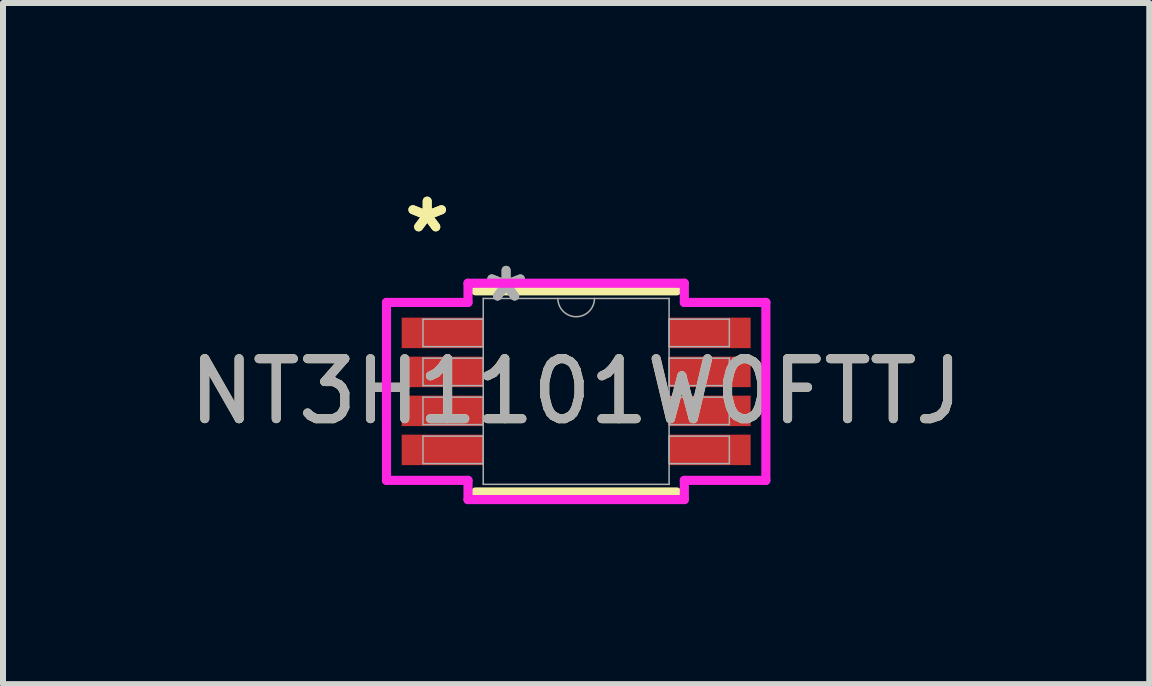
<source format=kicad_pcb>
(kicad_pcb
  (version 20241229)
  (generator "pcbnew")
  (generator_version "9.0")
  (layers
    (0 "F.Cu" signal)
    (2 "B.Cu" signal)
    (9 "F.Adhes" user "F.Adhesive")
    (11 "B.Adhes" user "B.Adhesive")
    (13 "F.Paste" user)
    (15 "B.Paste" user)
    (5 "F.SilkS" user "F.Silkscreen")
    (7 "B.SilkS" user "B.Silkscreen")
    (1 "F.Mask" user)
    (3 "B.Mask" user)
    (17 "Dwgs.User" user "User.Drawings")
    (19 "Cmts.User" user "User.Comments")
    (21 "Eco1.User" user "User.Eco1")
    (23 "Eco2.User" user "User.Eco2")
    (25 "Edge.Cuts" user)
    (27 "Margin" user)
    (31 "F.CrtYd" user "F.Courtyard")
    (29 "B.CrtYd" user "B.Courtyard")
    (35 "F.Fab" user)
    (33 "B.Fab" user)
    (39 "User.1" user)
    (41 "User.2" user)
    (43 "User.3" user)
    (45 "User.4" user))
  (footprint "NT3H1101W0FTTJ"
    (layer "F.Cu")
    (at 6.554 3.474)
    (property "Reference" "NT3H1101W0FTTJ" (at 0 0 0) (unlocked yes) (layer "F.SilkS") (effects (font (size 1 1) (thickness 0.15))))
    (attr smd)
    (fp_line (start -1.676 1.676) (end 1.676 1.676) (stroke (width 0.152) (type solid)) (layer "F.SilkS"))
    (fp_line (start 1.676 -1.676) (end -1.676 -1.676) (stroke (width 0.152) (type solid)) (layer "F.SilkS"))
    (fp_line (start -3.162 -1.483) (end -1.803 -1.483) (stroke (width 0.152) (type solid)) (layer "F.CrtYd"))
    (fp_line (start -3.162 1.483) (end -3.162 -1.483) (stroke (width 0.152) (type solid)) (layer "F.CrtYd"))
    (fp_line (start -3.162 1.483) (end -1.803 1.483) (stroke (width 0.152) (type solid)) (layer "F.CrtYd"))
    (fp_line (start -1.803 -1.803) (end 1.803 -1.803) (stroke (width 0.152) (type solid)) (layer "F.CrtYd"))
    (fp_line (start -1.803 -1.483) (end -1.803 -1.803) (stroke (width 0.152) (type solid)) (layer "F.CrtYd"))
    (fp_line (start -1.803 1.803) (end -1.803 1.483) (stroke (width 0.152) (type solid)) (layer "F.CrtYd"))
    (fp_line (start 1.803 -1.803) (end 1.803 -1.483) (stroke (width 0.152) (type solid)) (layer "F.CrtYd"))
    (fp_line (start 1.803 1.483) (end 1.803 1.803) (stroke (width 0.152) (type solid)) (layer "F.CrtYd"))
    (fp_line (start 1.803 1.803) (end -1.803 1.803) (stroke (width 0.152) (type solid)) (layer "F.CrtYd"))
    (fp_line (start 3.162 -1.483) (end 1.803 -1.483) (stroke (width 0.152) (type solid)) (layer "F.CrtYd"))
    (fp_line (start 3.162 -1.483) (end 3.162 1.483) (stroke (width 0.152) (type solid)) (layer "F.CrtYd"))
    (fp_line (start 3.162 1.483) (end 1.803 1.483) (stroke (width 0.152) (type solid)) (layer "F.CrtYd"))
    (fp_line (start -2.553 -1.204) (end -2.553 -0.746) (stroke (width 0.025) (type solid)) (layer "F.Fab"))
    (fp_line (start -2.553 -0.746) (end -1.549 -0.746) (stroke (width 0.025) (type solid)) (layer "F.Fab"))
    (fp_line (start -2.553 -0.554) (end -2.553 -0.096) (stroke (width 0.025) (type solid)) (layer "F.Fab"))
    (fp_line (start -2.553 -0.096) (end -1.549 -0.096) (stroke (width 0.025) (type solid)) (layer "F.Fab"))
    (fp_line (start -2.553 0.096) (end -2.553 0.554) (stroke (width 0.025) (type solid)) (layer "F.Fab"))
    (fp_line (start -2.553 0.554) (end -1.549 0.554) (stroke (width 0.025) (type solid)) (layer "F.Fab"))
    (fp_line (start -2.553 0.746) (end -2.553 1.204) (stroke (width 0.025) (type solid)) (layer "F.Fab"))
    (fp_line (start -2.553 1.204) (end -1.549 1.204) (stroke (width 0.025) (type solid)) (layer "F.Fab"))
    (fp_line (start -1.549 -1.549) (end -1.549 1.549) (stroke (width 0.025) (type solid)) (layer "F.Fab"))
    (fp_line (start -1.549 -1.204) (end -2.553 -1.204) (stroke (width 0.025) (type solid)) (layer "F.Fab"))
    (fp_line (start -1.549 -0.746) (end -1.549 -1.204) (stroke (width 0.025) (type solid)) (layer "F.Fab"))
    (fp_line (start -1.549 -0.554) (end -2.553 -0.554) (stroke (width 0.025) (type solid)) (layer "F.Fab"))
    (fp_line (start -1.549 -0.096) (end -1.549 -0.554) (stroke (width 0.025) (type solid)) (layer "F.Fab"))
    (fp_line (start -1.549 0.096) (end -2.553 0.096) (stroke (width 0.025) (type solid)) (layer "F.Fab"))
    (fp_line (start -1.549 0.554) (end -1.549 0.096) (stroke (width 0.025) (type solid)) (layer "F.Fab"))
    (fp_line (start -1.549 0.746) (end -2.553 0.746) (stroke (width 0.025) (type solid)) (layer "F.Fab"))
    (fp_line (start -1.549 1.204) (end -1.549 0.746) (stroke (width 0.025) (type solid)) (layer "F.Fab"))
    (fp_line (start -1.549 1.549) (end 1.549 1.549) (stroke (width 0.025) (type solid)) (layer "F.Fab"))
    (fp_line (start 1.549 -1.549) (end -1.549 -1.549) (stroke (width 0.025) (type solid)) (layer "F.Fab"))
    (fp_line (start 1.549 -1.204) (end 1.549 -0.746) (stroke (width 0.025) (type solid)) (layer "F.Fab"))
    (fp_line (start 1.549 -0.746) (end 2.553 -0.746) (stroke (width 0.025) (type solid)) (layer "F.Fab"))
    (fp_line (start 1.549 -0.554) (end 1.549 -0.096) (stroke (width 0.025) (type solid)) (layer "F.Fab"))
    (fp_line (start 1.549 -0.096) (end 2.553 -0.096) (stroke (width 0.025) (type solid)) (layer "F.Fab"))
    (fp_line (start 1.549 0.096) (end 1.549 0.554) (stroke (width 0.025) (type solid)) (layer "F.Fab"))
    (fp_line (start 1.549 0.554) (end 2.553 0.554) (stroke (width 0.025) (type solid)) (layer "F.Fab"))
    (fp_line (start 1.549 0.746) (end 1.549 1.204) (stroke (width 0.025) (type solid)) (layer "F.Fab"))
    (fp_line (start 1.549 1.204) (end 2.553 1.204) (stroke (width 0.025) (type solid)) (layer "F.Fab"))
    (fp_line (start 1.549 1.549) (end 1.549 -1.549) (stroke (width 0.025) (type solid)) (layer "F.Fab"))
    (fp_line (start 2.553 -1.204) (end 1.549 -1.204) (stroke (width 0.025) (type solid)) (layer "F.Fab"))
    (fp_line (start 2.553 -0.746) (end 2.553 -1.204) (stroke (width 0.025) (type solid)) (layer "F.Fab"))
    (fp_line (start 2.553 -0.554) (end 1.549 -0.554) (stroke (width 0.025) (type solid)) (layer "F.Fab"))
    (fp_line (start 2.553 -0.096) (end 2.553 -0.554) (stroke (width 0.025) (type solid)) (layer "F.Fab"))
    (fp_line (start 2.553 0.096) (end 1.549 0.096) (stroke (width 0.025) (type solid)) (layer "F.Fab"))
    (fp_line (start 2.553 0.554) (end 2.553 0.096) (stroke (width 0.025) (type solid)) (layer "F.Fab"))
    (fp_line (start 2.553 0.746) (end 1.549 0.746) (stroke (width 0.025) (type solid)) (layer "F.Fab"))
    (fp_line (start 2.553 1.204) (end 2.553 0.746) (stroke (width 0.025) (type solid)) (layer "F.Fab"))
    (fp_arc (start 0.3048 -1.5494) (mid 0 -1.2446) (end -0.3048 -1.5494) (stroke (width 0.0254) (type solid)) (layer "F.Fab"))
    (fp_text user "*" (at -2.483 -2.626 0) (layer "F.SilkS") (effects (font (size 1 1) (thickness 0.15))))
    (fp_text user "*" (at -2.483 -2.626 0) (unlocked yes) (layer "F.SilkS") (effects (font (size 1 1) (thickness 0.15))))
    (fp_text user "${REFERENCE}" (at 0 0 0) (unlocked yes) (layer "F.Fab") (effects (font (size 1 1) (thickness 0.15))))
    (fp_text user "*" (at -1.168 -1.473 0) (layer "F.Fab") (effects (font (size 1 1) (thickness 0.15))))
    (fp_text user "*" (at -1.168 -1.473 0) (unlocked yes) (layer "F.Fab") (effects (font (size 1 1) (thickness 0.15))))
    (pad "1" smd rect (at -2.229 -0.975) (size 1.359 0.508) (layers "F.Cu" "F.Mask" "F.Paste"))
    (pad "2" smd rect (at -2.229 -0.325) (size 1.359 0.508) (layers "F.Cu" "F.Mask" "F.Paste"))
    (pad "3" smd rect (at -2.229 0.325) (size 1.359 0.508) (layers "F.Cu" "F.Mask" "F.Paste"))
    (pad "4" smd rect (at -2.229 0.975) (size 1.359 0.508) (layers "F.Cu" "F.Mask" "F.Paste"))
    (pad "5" smd rect (at 2.229 0.975) (size 1.359 0.508) (layers "F.Cu" "F.Mask" "F.Paste"))
    (pad "6" smd rect (at 2.229 0.325) (size 1.359 0.508) (layers "F.Cu" "F.Mask" "F.Paste"))
    (pad "7" smd rect (at 2.229 -0.325) (size 1.359 0.508) (layers "F.Cu" "F.Mask" "F.Paste"))
    (pad "8" smd rect (at 2.229 -0.975) (size 1.359 0.508) (layers "F.Cu" "F.Mask" "F.Paste")))
  (gr_rect
    (start -3 -3)
    (end 16.107 8.354)
    (stroke (width 0.1) (type default))
    (fill no)
    (layer "Edge.Cuts")))
</source>
